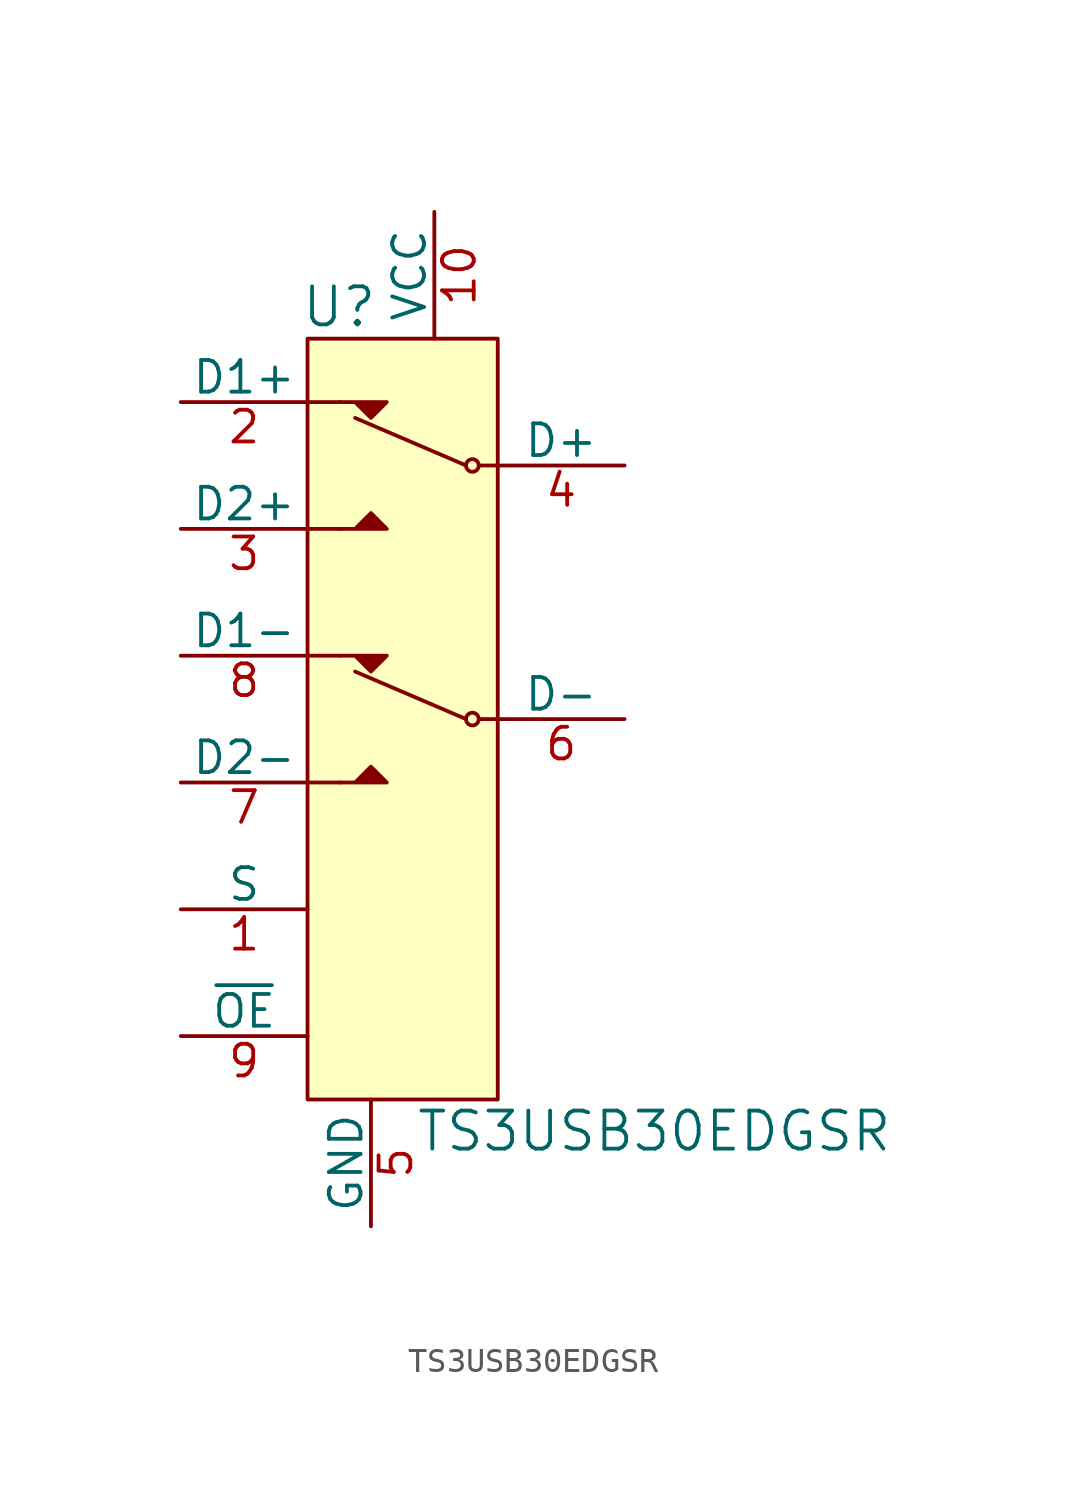
<source format=kicad_sym>
(kicad_symbol_lib
  (version 20220914)
  (generator kicad_symbol_editor)
  (symbol "TS3USB30EDGSR"
    (pin_names
      (offset 0))
    (property "Reference" "U"
      (at -2.54 16.764 0)
      (effects (font (size 1.524 1.524))))
    (property "Value" "TS3USB30EDGSR"
      (at 0.508 -16.256 0)
      (effects (font (size 1.524 1.524)) (justify left)))
    (symbol "TS3USB30EDGSR_0_1"
      (rectangle (start -3.81 15.494) (end 3.81 -14.986) (stroke (width 0) (type solid)) (fill (type background)))
      (polyline (pts (xy -3.81 -2.286) (xy -2.54 -2.286)) (stroke (width 0) (type solid)) (fill (type none)))
      (polyline (pts (xy -3.81 7.874) (xy -2.54 7.874)) (stroke (width 0) (type solid)) (fill (type none)))
      (polyline (pts (xy -2.54 2.794) (xy -3.81 2.794)) (stroke (width 0) (type solid)) (fill (type none)))
      (polyline (pts (xy -2.54 12.954) (xy -3.81 12.954)) (stroke (width 0) (type solid)) (fill (type none)))
      (polyline (pts (xy -1.905 2.159) (xy 2.54 0.254)) (stroke (width 0) (type solid)) (fill (type none)))
      (polyline (pts (xy -1.905 12.319) (xy 2.54 10.414)) (stroke (width 0) (type solid)) (fill (type none)))
      (polyline (pts (xy 3.048 0.254) (xy 3.81 0.254)) (stroke (width 0) (type solid)) (fill (type none)))
      (polyline (pts (xy 3.048 10.414) (xy 3.81 10.414)) (stroke (width 0) (type solid)) (fill (type none)))
      (polyline (pts (xy -2.54 -2.286) (xy -0.635 -2.286) (xy -1.27 -1.651) (xy -1.905 -2.286)) (stroke (width 0) (type solid)) (fill (type outline)))
      (polyline (pts (xy -2.54 2.794) (xy -0.635 2.794) (xy -1.27 2.159) (xy -1.905 2.794)) (stroke (width 0) (type solid)) (fill (type outline)))
      (polyline (pts (xy -2.54 7.874) (xy -0.635 7.874) (xy -1.27 8.509) (xy -1.905 7.874)) (stroke (width 0) (type solid)) (fill (type outline)))
      (polyline (pts (xy -2.54 12.954) (xy -0.635 12.954) (xy -1.27 12.319) (xy -1.905 12.954)) (stroke (width 0) (type solid)) (fill (type outline)))
      (circle (center 2.794 0.254) (radius 0.254) (stroke (width 0) (type solid)) (fill (type none)))
      (circle (center 2.794 10.414) (radius 0.254) (stroke (width 0) (type solid)) (fill (type none))))
    (symbol "TS3USB30EDGSR_1_1"
      (pin input line (at -8.89 -7.366 0) (length 5.08) (name "S" (effects (font (size 1.27 1.27)))) (number "1" (effects (font (size 1.27 1.27)))))
      (pin power_in line (at 1.27 20.574 270) (length 5.08) (name "VCC" (effects (font (size 1.27 1.27)))) (number "10" (effects (font (size 1.27 1.27)))))
      (pin bidirectional line (at -8.89 12.954 0) (length 5.08) (name "D1+" (effects (font (size 1.27 1.27)))) (number "2" (effects (font (size 1.27 1.27)))))
      (pin bidirectional line (at -8.89 7.874 0) (length 5.08) (name "D2+" (effects (font (size 1.27 1.27)))) (number "3" (effects (font (size 1.27 1.27)))))
      (pin bidirectional line (at 8.89 10.414 180) (length 5.08) (name "D+" (effects (font (size 1.27 1.27)))) (number "4" (effects (font (size 1.27 1.27)))))
      (pin power_in line (at -1.27 -20.066 90) (length 5.08) (name "GND" (effects (font (size 1.27 1.27)))) (number "5" (effects (font (size 1.27 1.27)))))
      (pin bidirectional line (at 8.89 0.254 180) (length 5.08) (name "D-" (effects (font (size 1.27 1.27)))) (number "6" (effects (font (size 1.27 1.27)))))
      (pin bidirectional line (at -8.89 -2.286 0) (length 5.08) (name "D2-" (effects (font (size 1.27 1.27)))) (number "7" (effects (font (size 1.27 1.27)))))
      (pin bidirectional line (at -8.89 2.794 0) (length 5.08) (name "D1-" (effects (font (size 1.27 1.27)))) (number "8" (effects (font (size 1.27 1.27)))))
      (pin input line (at -8.89 -12.446 0) (length 5.08) (name "~{OE}" (effects (font (size 1.27 1.27)))) (number "9" (effects (font (size 1.27 1.27))))))))
</source>
